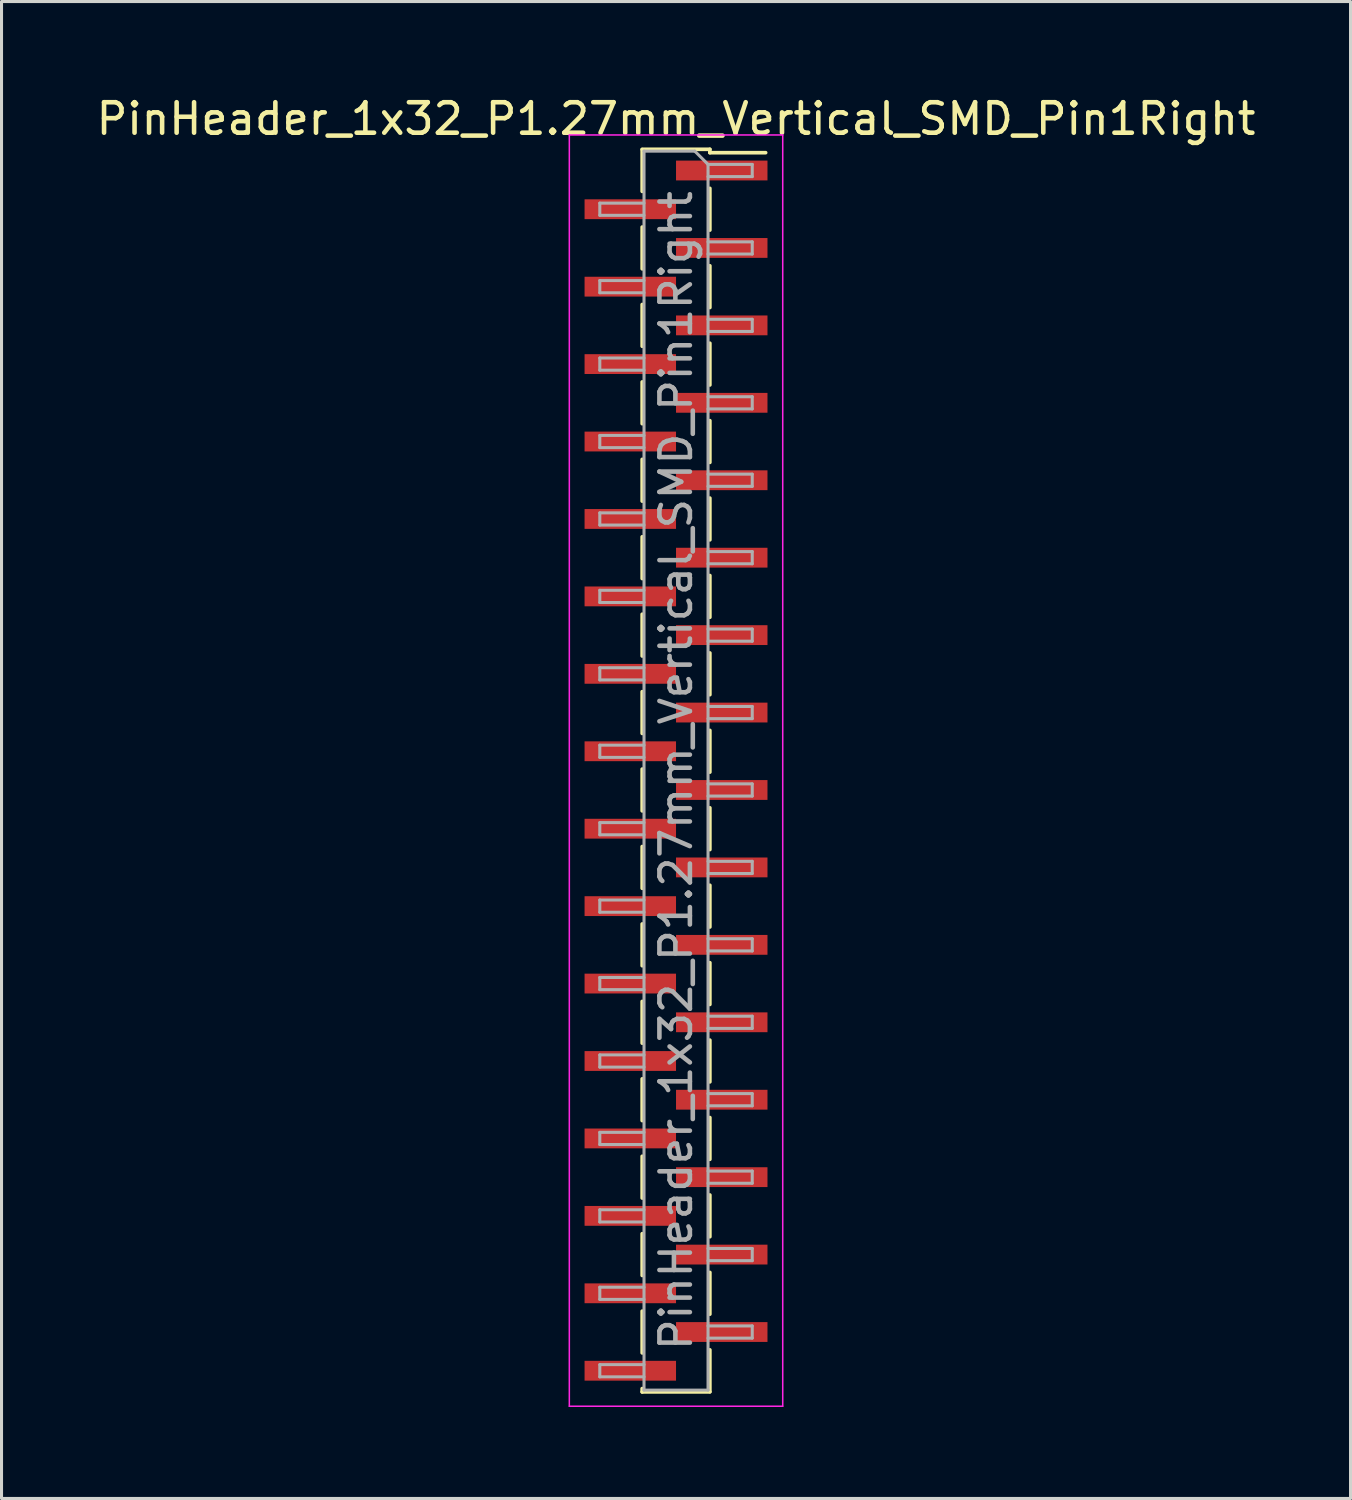
<source format=kicad_pcb>
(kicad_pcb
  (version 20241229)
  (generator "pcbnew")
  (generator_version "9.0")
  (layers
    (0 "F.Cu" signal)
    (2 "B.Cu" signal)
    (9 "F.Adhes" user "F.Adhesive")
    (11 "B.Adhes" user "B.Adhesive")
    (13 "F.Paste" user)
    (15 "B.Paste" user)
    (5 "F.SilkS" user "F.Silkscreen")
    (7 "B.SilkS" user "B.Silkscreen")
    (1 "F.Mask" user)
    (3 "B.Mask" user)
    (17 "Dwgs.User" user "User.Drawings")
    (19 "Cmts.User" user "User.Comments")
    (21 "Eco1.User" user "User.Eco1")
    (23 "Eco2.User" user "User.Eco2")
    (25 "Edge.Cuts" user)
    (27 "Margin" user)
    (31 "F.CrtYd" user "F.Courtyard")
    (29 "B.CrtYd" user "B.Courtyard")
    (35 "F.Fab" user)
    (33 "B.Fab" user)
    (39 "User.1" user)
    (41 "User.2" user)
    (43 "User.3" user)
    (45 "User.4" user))
  (footprint "PinHeader_1x32_P1.27mm_Vertical_SMD_Pin1Right"
    (layer "F.Cu")
    (at 19.125 22.228)
    (property "Reference" "PinHeader_1x32_P1.27mm_Vertical_SMD_Pin1Right" (at 0 -21.38 0) (layer "F.SilkS") (effects (font (size 1 1) (thickness 0.15))))
    (attr smd)
    (fp_line (start -1.11 -20.38) (end 1.11 -20.38) (stroke (width 0.12) (type solid)) (layer "F.SilkS"))
    (fp_line (start -1.11 -20.37) (end -1.11 -19) (stroke (width 0.12) (type solid)) (layer "F.SilkS"))
    (fp_line (start -1.11 -17.83) (end -1.11 -16.46) (stroke (width 0.12) (type solid)) (layer "F.SilkS"))
    (fp_line (start -1.11 -15.29) (end -1.11 -13.92) (stroke (width 0.12) (type solid)) (layer "F.SilkS"))
    (fp_line (start -1.11 -12.75) (end -1.11 -11.38) (stroke (width 0.12) (type solid)) (layer "F.SilkS"))
    (fp_line (start -1.11 -10.21) (end -1.11 -8.84) (stroke (width 0.12) (type solid)) (layer "F.SilkS"))
    (fp_line (start -1.11 -7.67) (end -1.11 -6.3) (stroke (width 0.12) (type solid)) (layer "F.SilkS"))
    (fp_line (start -1.11 -5.13) (end -1.11 -3.76) (stroke (width 0.12) (type solid)) (layer "F.SilkS"))
    (fp_line (start -1.11 -2.59) (end -1.11 -1.22) (stroke (width 0.12) (type solid)) (layer "F.SilkS"))
    (fp_line (start -1.11 -0.05) (end -1.11 1.32) (stroke (width 0.12) (type solid)) (layer "F.SilkS"))
    (fp_line (start -1.11 2.49) (end -1.11 3.86) (stroke (width 0.12) (type solid)) (layer "F.SilkS"))
    (fp_line (start -1.11 5.03) (end -1.11 6.4) (stroke (width 0.12) (type solid)) (layer "F.SilkS"))
    (fp_line (start -1.11 7.57) (end -1.11 8.94) (stroke (width 0.12) (type solid)) (layer "F.SilkS"))
    (fp_line (start -1.11 10.11) (end -1.11 11.48) (stroke (width 0.12) (type solid)) (layer "F.SilkS"))
    (fp_line (start -1.11 12.65) (end -1.11 14.02) (stroke (width 0.12) (type solid)) (layer "F.SilkS"))
    (fp_line (start -1.11 15.19) (end -1.11 16.56) (stroke (width 0.12) (type solid)) (layer "F.SilkS"))
    (fp_line (start -1.11 17.73) (end -1.11 19.1) (stroke (width 0.12) (type solid)) (layer "F.SilkS"))
    (fp_line (start -1.11 20.27) (end -1.11 20.38) (stroke (width 0.12) (type solid)) (layer "F.SilkS"))
    (fp_line (start -1.11 20.38) (end 1.11 20.38) (stroke (width 0.12) (type solid)) (layer "F.SilkS"))
    (fp_line (start 1.11 -20.38) (end 1.11 -20.27) (stroke (width 0.12) (type solid)) (layer "F.SilkS"))
    (fp_line (start 1.11 -20.27) (end 2.94 -20.27) (stroke (width 0.12) (type solid)) (layer "F.SilkS"))
    (fp_line (start 1.11 -19.1) (end 1.11 -17.73) (stroke (width 0.12) (type solid)) (layer "F.SilkS"))
    (fp_line (start 1.11 -16.56) (end 1.11 -15.19) (stroke (width 0.12) (type solid)) (layer "F.SilkS"))
    (fp_line (start 1.11 -14.02) (end 1.11 -12.65) (stroke (width 0.12) (type solid)) (layer "F.SilkS"))
    (fp_line (start 1.11 -11.48) (end 1.11 -10.11) (stroke (width 0.12) (type solid)) (layer "F.SilkS"))
    (fp_line (start 1.11 -8.94) (end 1.11 -7.57) (stroke (width 0.12) (type solid)) (layer "F.SilkS"))
    (fp_line (start 1.11 -6.4) (end 1.11 -5.03) (stroke (width 0.12) (type solid)) (layer "F.SilkS"))
    (fp_line (start 1.11 -3.86) (end 1.11 -2.49) (stroke (width 0.12) (type solid)) (layer "F.SilkS"))
    (fp_line (start 1.11 -1.32) (end 1.11 0.05) (stroke (width 0.12) (type solid)) (layer "F.SilkS"))
    (fp_line (start 1.11 1.22) (end 1.11 2.59) (stroke (width 0.12) (type solid)) (layer "F.SilkS"))
    (fp_line (start 1.11 3.76) (end 1.11 5.13) (stroke (width 0.12) (type solid)) (layer "F.SilkS"))
    (fp_line (start 1.11 6.3) (end 1.11 7.67) (stroke (width 0.12) (type solid)) (layer "F.SilkS"))
    (fp_line (start 1.11 8.84) (end 1.11 10.21) (stroke (width 0.12) (type solid)) (layer "F.SilkS"))
    (fp_line (start 1.11 11.38) (end 1.11 12.75) (stroke (width 0.12) (type solid)) (layer "F.SilkS"))
    (fp_line (start 1.11 13.92) (end 1.11 15.29) (stroke (width 0.12) (type solid)) (layer "F.SilkS"))
    (fp_line (start 1.11 16.46) (end 1.11 17.83) (stroke (width 0.12) (type solid)) (layer "F.SilkS"))
    (fp_line (start 1.11 19) (end 1.11 20.37) (stroke (width 0.12) (type solid)) (layer "F.SilkS"))
    (fp_line (start -3.5 -20.85) (end -3.5 20.85) (stroke (width 0.05) (type solid)) (layer "F.CrtYd"))
    (fp_line (start -3.5 20.85) (end 3.5 20.85) (stroke (width 0.05) (type solid)) (layer "F.CrtYd"))
    (fp_line (start 3.5 -20.85) (end -3.5 -20.85) (stroke (width 0.05) (type solid)) (layer "F.CrtYd"))
    (fp_line (start 3.5 20.85) (end 3.5 -20.85) (stroke (width 0.05) (type solid)) (layer "F.CrtYd"))
    (fp_line (start -2.5 -18.615) (end -2.5 -18.215) (stroke (width 0.1) (type solid)) (layer "F.Fab"))
    (fp_line (start -2.5 -18.215) (end -1.05 -18.215) (stroke (width 0.1) (type solid)) (layer "F.Fab"))
    (fp_line (start -2.5 -16.075) (end -2.5 -15.675) (stroke (width 0.1) (type solid)) (layer "F.Fab"))
    (fp_line (start -2.5 -15.675) (end -1.05 -15.675) (stroke (width 0.1) (type solid)) (layer "F.Fab"))
    (fp_line (start -2.5 -13.535) (end -2.5 -13.135) (stroke (width 0.1) (type solid)) (layer "F.Fab"))
    (fp_line (start -2.5 -13.135) (end -1.05 -13.135) (stroke (width 0.1) (type solid)) (layer "F.Fab"))
    (fp_line (start -2.5 -10.995) (end -2.5 -10.595) (stroke (width 0.1) (type solid)) (layer "F.Fab"))
    (fp_line (start -2.5 -10.595) (end -1.05 -10.595) (stroke (width 0.1) (type solid)) (layer "F.Fab"))
    (fp_line (start -2.5 -8.455) (end -2.5 -8.055) (stroke (width 0.1) (type solid)) (layer "F.Fab"))
    (fp_line (start -2.5 -8.055) (end -1.05 -8.055) (stroke (width 0.1) (type solid)) (layer "F.Fab"))
    (fp_line (start -2.5 -5.915) (end -2.5 -5.515) (stroke (width 0.1) (type solid)) (layer "F.Fab"))
    (fp_line (start -2.5 -5.515) (end -1.05 -5.515) (stroke (width 0.1) (type solid)) (layer "F.Fab"))
    (fp_line (start -2.5 -3.375) (end -2.5 -2.975) (stroke (width 0.1) (type solid)) (layer "F.Fab"))
    (fp_line (start -2.5 -2.975) (end -1.05 -2.975) (stroke (width 0.1) (type solid)) (layer "F.Fab"))
    (fp_line (start -2.5 -0.835) (end -2.5 -0.435) (stroke (width 0.1) (type solid)) (layer "F.Fab"))
    (fp_line (start -2.5 -0.435) (end -1.05 -0.435) (stroke (width 0.1) (type solid)) (layer "F.Fab"))
    (fp_line (start -2.5 1.705) (end -2.5 2.105) (stroke (width 0.1) (type solid)) (layer "F.Fab"))
    (fp_line (start -2.5 2.105) (end -1.05 2.105) (stroke (width 0.1) (type solid)) (layer "F.Fab"))
    (fp_line (start -2.5 4.245) (end -2.5 4.645) (stroke (width 0.1) (type solid)) (layer "F.Fab"))
    (fp_line (start -2.5 4.645) (end -1.05 4.645) (stroke (width 0.1) (type solid)) (layer "F.Fab"))
    (fp_line (start -2.5 6.785) (end -2.5 7.185) (stroke (width 0.1) (type solid)) (layer "F.Fab"))
    (fp_line (start -2.5 7.185) (end -1.05 7.185) (stroke (width 0.1) (type solid)) (layer "F.Fab"))
    (fp_line (start -2.5 9.325) (end -2.5 9.725) (stroke (width 0.1) (type solid)) (layer "F.Fab"))
    (fp_line (start -2.5 9.725) (end -1.05 9.725) (stroke (width 0.1) (type solid)) (layer "F.Fab"))
    (fp_line (start -2.5 11.865) (end -2.5 12.265) (stroke (width 0.1) (type solid)) (layer "F.Fab"))
    (fp_line (start -2.5 12.265) (end -1.05 12.265) (stroke (width 0.1) (type solid)) (layer "F.Fab"))
    (fp_line (start -2.5 14.405) (end -2.5 14.805) (stroke (width 0.1) (type solid)) (layer "F.Fab"))
    (fp_line (start -2.5 14.805) (end -1.05 14.805) (stroke (width 0.1) (type solid)) (layer "F.Fab"))
    (fp_line (start -2.5 16.945) (end -2.5 17.345) (stroke (width 0.1) (type solid)) (layer "F.Fab"))
    (fp_line (start -2.5 17.345) (end -1.05 17.345) (stroke (width 0.1) (type solid)) (layer "F.Fab"))
    (fp_line (start -2.5 19.485) (end -2.5 19.885) (stroke (width 0.1) (type solid)) (layer "F.Fab"))
    (fp_line (start -2.5 19.885) (end -1.05 19.885) (stroke (width 0.1) (type solid)) (layer "F.Fab"))
    (fp_line (start -1.05 -20.32) (end -1.05 20.32) (stroke (width 0.1) (type solid)) (layer "F.Fab"))
    (fp_line (start -1.05 -20.32) (end 0.615 -20.32) (stroke (width 0.1) (type solid)) (layer "F.Fab"))
    (fp_line (start -1.05 -18.615) (end -2.5 -18.615) (stroke (width 0.1) (type solid)) (layer "F.Fab"))
    (fp_line (start -1.05 -16.075) (end -2.5 -16.075) (stroke (width 0.1) (type solid)) (layer "F.Fab"))
    (fp_line (start -1.05 -13.535) (end -2.5 -13.535) (stroke (width 0.1) (type solid)) (layer "F.Fab"))
    (fp_line (start -1.05 -10.995) (end -2.5 -10.995) (stroke (width 0.1) (type solid)) (layer "F.Fab"))
    (fp_line (start -1.05 -8.455) (end -2.5 -8.455) (stroke (width 0.1) (type solid)) (layer "F.Fab"))
    (fp_line (start -1.05 -5.915) (end -2.5 -5.915) (stroke (width 0.1) (type solid)) (layer "F.Fab"))
    (fp_line (start -1.05 -3.375) (end -2.5 -3.375) (stroke (width 0.1) (type solid)) (layer "F.Fab"))
    (fp_line (start -1.05 -0.835) (end -2.5 -0.835) (stroke (width 0.1) (type solid)) (layer "F.Fab"))
    (fp_line (start -1.05 1.705) (end -2.5 1.705) (stroke (width 0.1) (type solid)) (layer "F.Fab"))
    (fp_line (start -1.05 4.245) (end -2.5 4.245) (stroke (width 0.1) (type solid)) (layer "F.Fab"))
    (fp_line (start -1.05 6.785) (end -2.5 6.785) (stroke (width 0.1) (type solid)) (layer "F.Fab"))
    (fp_line (start -1.05 9.325) (end -2.5 9.325) (stroke (width 0.1) (type solid)) (layer "F.Fab"))
    (fp_line (start -1.05 11.865) (end -2.5 11.865) (stroke (width 0.1) (type solid)) (layer "F.Fab"))
    (fp_line (start -1.05 14.405) (end -2.5 14.405) (stroke (width 0.1) (type solid)) (layer "F.Fab"))
    (fp_line (start -1.05 16.945) (end -2.5 16.945) (stroke (width 0.1) (type solid)) (layer "F.Fab"))
    (fp_line (start -1.05 19.485) (end -2.5 19.485) (stroke (width 0.1) (type solid)) (layer "F.Fab"))
    (fp_line (start 1.05 -19.885) (end 0.615 -20.32) (stroke (width 0.1) (type solid)) (layer "F.Fab"))
    (fp_line (start 1.05 -19.885) (end 2.5 -19.885) (stroke (width 0.1) (type solid)) (layer "F.Fab"))
    (fp_line (start 1.05 -17.345) (end 2.5 -17.345) (stroke (width 0.1) (type solid)) (layer "F.Fab"))
    (fp_line (start 1.05 -14.805) (end 2.5 -14.805) (stroke (width 0.1) (type solid)) (layer "F.Fab"))
    (fp_line (start 1.05 -12.265) (end 2.5 -12.265) (stroke (width 0.1) (type solid)) (layer "F.Fab"))
    (fp_line (start 1.05 -9.725) (end 2.5 -9.725) (stroke (width 0.1) (type solid)) (layer "F.Fab"))
    (fp_line (start 1.05 -7.185) (end 2.5 -7.185) (stroke (width 0.1) (type solid)) (layer "F.Fab"))
    (fp_line (start 1.05 -4.645) (end 2.5 -4.645) (stroke (width 0.1) (type solid)) (layer "F.Fab"))
    (fp_line (start 1.05 -2.105) (end 2.5 -2.105) (stroke (width 0.1) (type solid)) (layer "F.Fab"))
    (fp_line (start 1.05 0.435) (end 2.5 0.435) (stroke (width 0.1) (type solid)) (layer "F.Fab"))
    (fp_line (start 1.05 2.975) (end 2.5 2.975) (stroke (width 0.1) (type solid)) (layer "F.Fab"))
    (fp_line (start 1.05 5.515) (end 2.5 5.515) (stroke (width 0.1) (type solid)) (layer "F.Fab"))
    (fp_line (start 1.05 8.055) (end 2.5 8.055) (stroke (width 0.1) (type solid)) (layer "F.Fab"))
    (fp_line (start 1.05 10.595) (end 2.5 10.595) (stroke (width 0.1) (type solid)) (layer "F.Fab"))
    (fp_line (start 1.05 13.135) (end 2.5 13.135) (stroke (width 0.1) (type solid)) (layer "F.Fab"))
    (fp_line (start 1.05 15.675) (end 2.5 15.675) (stroke (width 0.1) (type solid)) (layer "F.Fab"))
    (fp_line (start 1.05 18.215) (end 2.5 18.215) (stroke (width 0.1) (type solid)) (layer "F.Fab"))
    (fp_line (start 1.05 20.32) (end -1.05 20.32) (stroke (width 0.1) (type solid)) (layer "F.Fab"))
    (fp_line (start 1.05 20.32) (end 1.05 -19.885) (stroke (width 0.1) (type solid)) (layer "F.Fab"))
    (fp_line (start 2.5 -19.885) (end 2.5 -19.485) (stroke (width 0.1) (type solid)) (layer "F.Fab"))
    (fp_line (start 2.5 -19.485) (end 1.05 -19.485) (stroke (width 0.1) (type solid)) (layer "F.Fab"))
    (fp_line (start 2.5 -17.345) (end 2.5 -16.945) (stroke (width 0.1) (type solid)) (layer "F.Fab"))
    (fp_line (start 2.5 -16.945) (end 1.05 -16.945) (stroke (width 0.1) (type solid)) (layer "F.Fab"))
    (fp_line (start 2.5 -14.805) (end 2.5 -14.405) (stroke (width 0.1) (type solid)) (layer "F.Fab"))
    (fp_line (start 2.5 -14.405) (end 1.05 -14.405) (stroke (width 0.1) (type solid)) (layer "F.Fab"))
    (fp_line (start 2.5 -12.265) (end 2.5 -11.865) (stroke (width 0.1) (type solid)) (layer "F.Fab"))
    (fp_line (start 2.5 -11.865) (end 1.05 -11.865) (stroke (width 0.1) (type solid)) (layer "F.Fab"))
    (fp_line (start 2.5 -9.725) (end 2.5 -9.325) (stroke (width 0.1) (type solid)) (layer "F.Fab"))
    (fp_line (start 2.5 -9.325) (end 1.05 -9.325) (stroke (width 0.1) (type solid)) (layer "F.Fab"))
    (fp_line (start 2.5 -7.185) (end 2.5 -6.785) (stroke (width 0.1) (type solid)) (layer "F.Fab"))
    (fp_line (start 2.5 -6.785) (end 1.05 -6.785) (stroke (width 0.1) (type solid)) (layer "F.Fab"))
    (fp_line (start 2.5 -4.645) (end 2.5 -4.245) (stroke (width 0.1) (type solid)) (layer "F.Fab"))
    (fp_line (start 2.5 -4.245) (end 1.05 -4.245) (stroke (width 0.1) (type solid)) (layer "F.Fab"))
    (fp_line (start 2.5 -2.105) (end 2.5 -1.705) (stroke (width 0.1) (type solid)) (layer "F.Fab"))
    (fp_line (start 2.5 -1.705) (end 1.05 -1.705) (stroke (width 0.1) (type solid)) (layer "F.Fab"))
    (fp_line (start 2.5 0.435) (end 2.5 0.835) (stroke (width 0.1) (type solid)) (layer "F.Fab"))
    (fp_line (start 2.5 0.835) (end 1.05 0.835) (stroke (width 0.1) (type solid)) (layer "F.Fab"))
    (fp_line (start 2.5 2.975) (end 2.5 3.375) (stroke (width 0.1) (type solid)) (layer "F.Fab"))
    (fp_line (start 2.5 3.375) (end 1.05 3.375) (stroke (width 0.1) (type solid)) (layer "F.Fab"))
    (fp_line (start 2.5 5.515) (end 2.5 5.915) (stroke (width 0.1) (type solid)) (layer "F.Fab"))
    (fp_line (start 2.5 5.915) (end 1.05 5.915) (stroke (width 0.1) (type solid)) (layer "F.Fab"))
    (fp_line (start 2.5 8.055) (end 2.5 8.455) (stroke (width 0.1) (type solid)) (layer "F.Fab"))
    (fp_line (start 2.5 8.455) (end 1.05 8.455) (stroke (width 0.1) (type solid)) (layer "F.Fab"))
    (fp_line (start 2.5 10.595) (end 2.5 10.995) (stroke (width 0.1) (type solid)) (layer "F.Fab"))
    (fp_line (start 2.5 10.995) (end 1.05 10.995) (stroke (width 0.1) (type solid)) (layer "F.Fab"))
    (fp_line (start 2.5 13.135) (end 2.5 13.535) (stroke (width 0.1) (type solid)) (layer "F.Fab"))
    (fp_line (start 2.5 13.535) (end 1.05 13.535) (stroke (width 0.1) (type solid)) (layer "F.Fab"))
    (fp_line (start 2.5 15.675) (end 2.5 16.075) (stroke (width 0.1) (type solid)) (layer "F.Fab"))
    (fp_line (start 2.5 16.075) (end 1.05 16.075) (stroke (width 0.1) (type solid)) (layer "F.Fab"))
    (fp_line (start 2.5 18.215) (end 2.5 18.615) (stroke (width 0.1) (type solid)) (layer "F.Fab"))
    (fp_line (start 2.5 18.615) (end 1.05 18.615) (stroke (width 0.1) (type solid)) (layer "F.Fab"))
    (fp_text user "${REFERENCE}" (at 0 0 90) (layer "F.Fab") (effects (font (size 1 1) (thickness 0.15))))
    (pad "1" smd rect (at 1.5 -19.685) (size 3 0.65) (layers "F.Cu" "F.Mask" "F.Paste"))
    (pad "2" smd rect (at -1.5 -18.415) (size 3 0.65) (layers "F.Cu" "F.Mask" "F.Paste"))
    (pad "3" smd rect (at 1.5 -17.145) (size 3 0.65) (layers "F.Cu" "F.Mask" "F.Paste"))
    (pad "4" smd rect (at -1.5 -15.875) (size 3 0.65) (layers "F.Cu" "F.Mask" "F.Paste"))
    (pad "5" smd rect (at 1.5 -14.605) (size 3 0.65) (layers "F.Cu" "F.Mask" "F.Paste"))
    (pad "6" smd rect (at -1.5 -13.335) (size 3 0.65) (layers "F.Cu" "F.Mask" "F.Paste"))
    (pad "7" smd rect (at 1.5 -12.065) (size 3 0.65) (layers "F.Cu" "F.Mask" "F.Paste"))
    (pad "8" smd rect (at -1.5 -10.795) (size 3 0.65) (layers "F.Cu" "F.Mask" "F.Paste"))
    (pad "9" smd rect (at 1.5 -9.525) (size 3 0.65) (layers "F.Cu" "F.Mask" "F.Paste"))
    (pad "10" smd rect (at -1.5 -8.255) (size 3 0.65) (layers "F.Cu" "F.Mask" "F.Paste"))
    (pad "11" smd rect (at 1.5 -6.985) (size 3 0.65) (layers "F.Cu" "F.Mask" "F.Paste"))
    (pad "12" smd rect (at -1.5 -5.715) (size 3 0.65) (layers "F.Cu" "F.Mask" "F.Paste"))
    (pad "13" smd rect (at 1.5 -4.445) (size 3 0.65) (layers "F.Cu" "F.Mask" "F.Paste"))
    (pad "14" smd rect (at -1.5 -3.175) (size 3 0.65) (layers "F.Cu" "F.Mask" "F.Paste"))
    (pad "15" smd rect (at 1.5 -1.905) (size 3 0.65) (layers "F.Cu" "F.Mask" "F.Paste"))
    (pad "16" smd rect (at -1.5 -0.635) (size 3 0.65) (layers "F.Cu" "F.Mask" "F.Paste"))
    (pad "17" smd rect (at 1.5 0.635) (size 3 0.65) (layers "F.Cu" "F.Mask" "F.Paste"))
    (pad "18" smd rect (at -1.5 1.905) (size 3 0.65) (layers "F.Cu" "F.Mask" "F.Paste"))
    (pad "19" smd rect (at 1.5 3.175) (size 3 0.65) (layers "F.Cu" "F.Mask" "F.Paste"))
    (pad "20" smd rect (at -1.5 4.445) (size 3 0.65) (layers "F.Cu" "F.Mask" "F.Paste"))
    (pad "21" smd rect (at 1.5 5.715) (size 3 0.65) (layers "F.Cu" "F.Mask" "F.Paste"))
    (pad "22" smd rect (at -1.5 6.985) (size 3 0.65) (layers "F.Cu" "F.Mask" "F.Paste"))
    (pad "23" smd rect (at 1.5 8.255) (size 3 0.65) (layers "F.Cu" "F.Mask" "F.Paste"))
    (pad "24" smd rect (at -1.5 9.525) (size 3 0.65) (layers "F.Cu" "F.Mask" "F.Paste"))
    (pad "25" smd rect (at 1.5 10.795) (size 3 0.65) (layers "F.Cu" "F.Mask" "F.Paste"))
    (pad "26" smd rect (at -1.5 12.065) (size 3 0.65) (layers "F.Cu" "F.Mask" "F.Paste"))
    (pad "27" smd rect (at 1.5 13.335) (size 3 0.65) (layers "F.Cu" "F.Mask" "F.Paste"))
    (pad "28" smd rect (at -1.5 14.605) (size 3 0.65) (layers "F.Cu" "F.Mask" "F.Paste"))
    (pad "29" smd rect (at 1.5 15.875) (size 3 0.65) (layers "F.Cu" "F.Mask" "F.Paste"))
    (pad "30" smd rect (at -1.5 17.145) (size 3 0.65) (layers "F.Cu" "F.Mask" "F.Paste"))
    (pad "31" smd rect (at 1.5 18.415) (size 3 0.65) (layers "F.Cu" "F.Mask" "F.Paste"))
    (pad "32" smd rect (at -1.5 19.685) (size 3 0.65) (layers "F.Cu" "F.Mask" "F.Paste")))
  (gr_rect
    (start -3 -3)
    (end 41.25 46.103)
    (stroke (width 0.1) (type default))
    (fill no)
    (layer "Edge.Cuts")))
</source>
